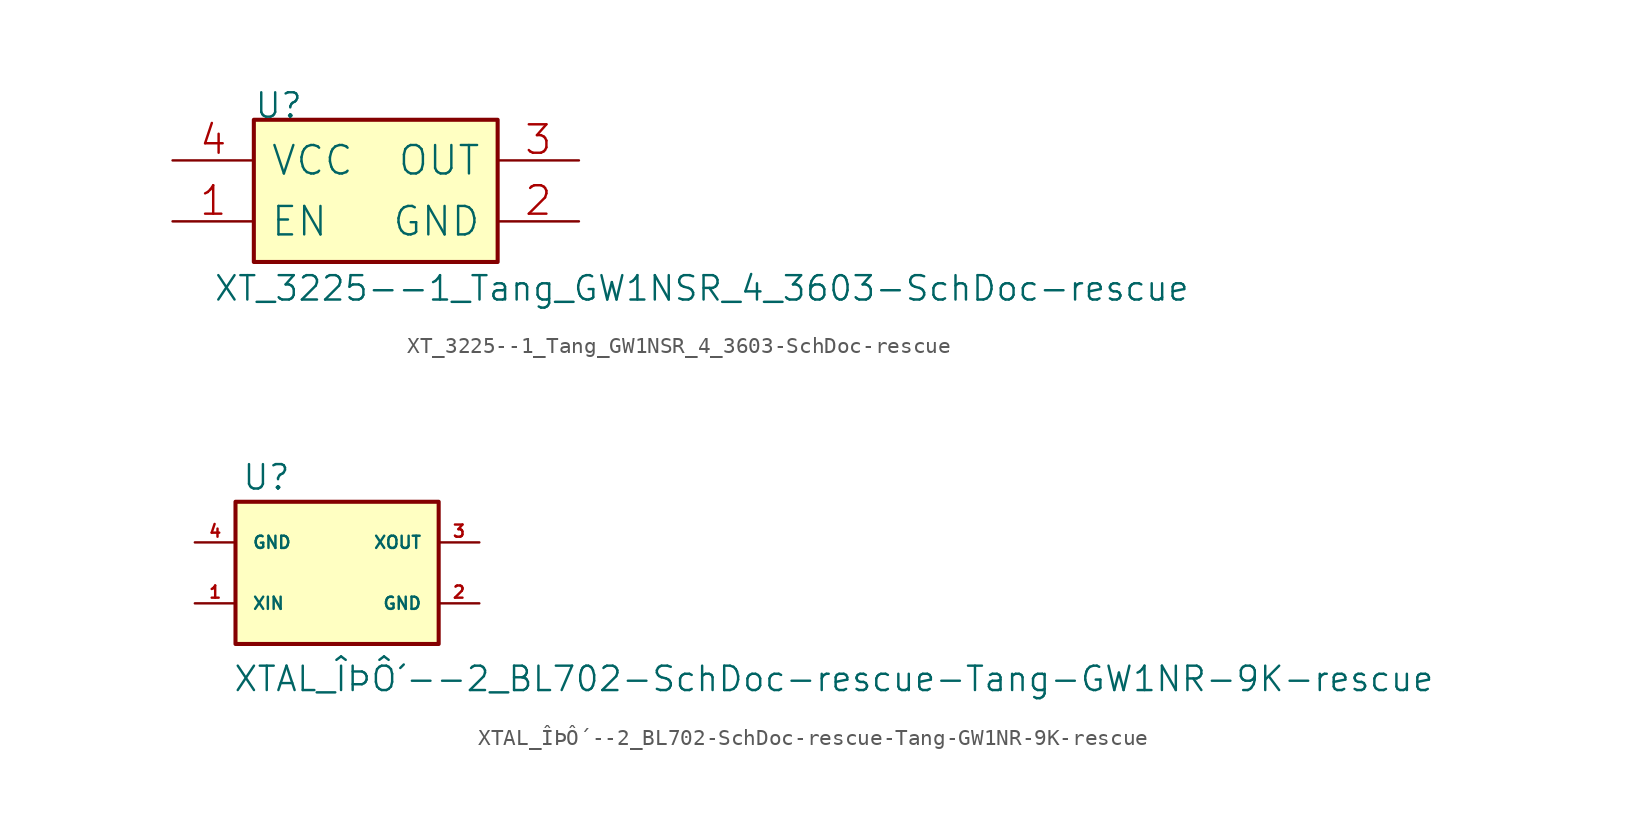
<source format=kicad_sym>
(kicad_symbol_lib
  (version 20210619)
  (generator kicad_symbol_editor)
  (symbol "XT_3225--1_Tang_GW1NSR_4_3603-SchDoc-rescue"
    (pin_names
      (offset 1.016))
    (property "Reference" "U"
      (at 0 0 0)
      (effects (font (size 1.524 1.524)) (justify left bottom)))
    (property "Value" "XT_3225--1_Tang_GW1NSR_4_3603-SchDoc-rescue"
      (at -2.54 -11.43 0)
      (effects (font (size 1.524 1.524)) (justify left bottom)))
    (property "Footprint" ""
      (at 0 0 0)
      (effects (font (size 1.524 1.524))))
    (property "Datasheet" ""
      (at 0 0 0)
      (effects (font (size 1.524 1.524))))
    (symbol "XT_3225--1_Tang_GW1NSR_4_3603-SchDoc-rescue_0_1"
      (rectangle (start 0 -8.89) (end 15.24 0) (stroke (width 0.254)) (fill (type background)))
      (pin passive line (at -5.08 -6.35 0) (length 5.08) (name "EN" (effects (font (size 1.778 1.778)))) (number "1" (effects (font (size 1.778 1.778)))))
      (pin passive line (at 20.32 -6.35 180) (length 5.08) (name "GND" (effects (font (size 1.778 1.778)))) (number "2" (effects (font (size 1.778 1.778)))))
      (pin passive line (at 20.32 -2.54 180) (length 5.08) (name "OUT" (effects (font (size 1.778 1.778)))) (number "3" (effects (font (size 1.778 1.778)))))
      (pin passive line (at -5.08 -2.54 0) (length 5.08) (name "VCC" (effects (font (size 1.778 1.778)))) (number "4" (effects (font (size 1.778 1.778)))))))
  (symbol "XTAL_ÎÞÔ´--2_BL702-SchDoc-rescue-Tang-GW1NR-9K-rescue"
    (pin_names
      (offset 1.016))
    (property "Reference" "U"
      (at -3.429 9.525 0)
      (effects (font (size 1.524 1.524)) (justify left bottom)))
    (property "Value" "XTAL_ÎÞÔ´--2_BL702-SchDoc-rescue-Tang-GW1NR-9K-rescue"
      (at -3.988 -3.073 0)
      (effects (font (size 1.524 1.524)) (justify left bottom)))
    (property "Footprint" ""
      (at 0 0 0)
      (effects (font (size 1.524 1.524))))
    (property "Datasheet" ""
      (at 0 0 0)
      (effects (font (size 1.524 1.524))))
    (symbol "XTAL_ÎÞÔ´--2_BL702-SchDoc-rescue-Tang-GW1NR-9K-rescue_0_1"
      (rectangle (start -3.81 8.89) (end 8.89 0) (stroke (width 0.254)) (fill (type background)))
      (pin passive line (at -6.35 2.54 0) (length 2.54) (name "XIN" (effects (font (size 0.762 0.762)))) (number "1" (effects (font (size 0.762 0.762)))))
      (pin passive line (at 11.43 2.54 180) (length 2.54) (name "GND" (effects (font (size 0.762 0.762)))) (number "2" (effects (font (size 0.762 0.762)))))
      (pin passive line (at 11.43 6.35 180) (length 2.54) (name "XOUT" (effects (font (size 0.762 0.762)))) (number "3" (effects (font (size 0.762 0.762)))))
      (pin passive line (at -6.35 6.35 0) (length 2.54) (name "GND" (effects (font (size 0.762 0.762)))) (number "4" (effects (font (size 0.762 0.762))))))))
</source>
